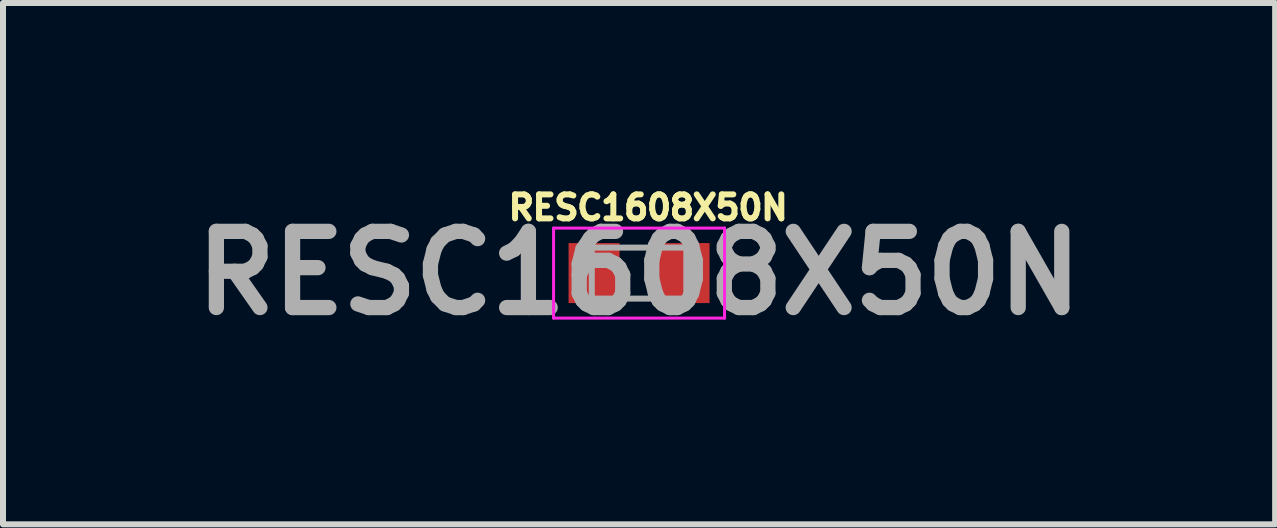
<source format=kicad_pcb>
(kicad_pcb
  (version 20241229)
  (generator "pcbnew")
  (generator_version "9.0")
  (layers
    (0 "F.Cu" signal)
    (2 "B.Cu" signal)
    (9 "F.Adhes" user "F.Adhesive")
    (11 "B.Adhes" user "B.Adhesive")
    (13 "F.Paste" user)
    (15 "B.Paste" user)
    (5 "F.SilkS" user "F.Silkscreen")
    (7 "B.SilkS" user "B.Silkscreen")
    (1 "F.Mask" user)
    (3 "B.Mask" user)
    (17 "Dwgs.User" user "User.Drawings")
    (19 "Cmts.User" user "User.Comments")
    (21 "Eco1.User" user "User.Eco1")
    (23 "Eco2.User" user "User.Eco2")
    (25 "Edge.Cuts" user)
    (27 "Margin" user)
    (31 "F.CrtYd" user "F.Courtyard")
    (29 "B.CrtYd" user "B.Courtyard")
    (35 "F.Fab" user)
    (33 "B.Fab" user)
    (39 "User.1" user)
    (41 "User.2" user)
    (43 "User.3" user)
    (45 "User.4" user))
  (footprint "RESC1608X50N"
    (layer "F.Cu")
    (at 7.602 1.502)
    (property "Reference" "RESC1608X50N" (at 0.152 -1.092 0) (layer "F.SilkS") (effects (font (size 0.4 0.4) (thickness 0.1))))
    (attr smd)
    (fp_line (start -1.425 -0.75) (end 1.425 -0.75) (stroke (width 0.05) (type solid)) (layer "F.CrtYd"))
    (fp_line (start -1.425 0.75) (end -1.425 -0.75) (stroke (width 0.05) (type solid)) (layer "F.CrtYd"))
    (fp_line (start 1.425 -0.75) (end 1.425 0.75) (stroke (width 0.05) (type solid)) (layer "F.CrtYd"))
    (fp_line (start 1.425 0.75) (end -1.425 0.75) (stroke (width 0.05) (type solid)) (layer "F.CrtYd"))
    (fp_line (start -0.788 -0.425) (end 0.788 -0.425) (stroke (width 0.1) (type solid)) (layer "F.Fab"))
    (fp_line (start -0.788 0.425) (end -0.788 -0.425) (stroke (width 0.1) (type solid)) (layer "F.Fab"))
    (fp_line (start 0.788 -0.425) (end 0.788 0.425) (stroke (width 0.1) (type solid)) (layer "F.Fab"))
    (fp_line (start 0.788 0.425) (end -0.788 0.425) (stroke (width 0.1) (type solid)) (layer "F.Fab"))
    (fp_text user "${REFERENCE}" (at 0 0 0) (layer "F.Fab") (effects (font (size 1.27 1.27) (thickness 0.254))))
    (pad "1" smd rect (at -0.75 0) (size 0.85 1) (layers "F.Cu" "F.Mask" "F.Paste"))
    (pad "2" smd rect (at 0.75 0) (size 0.85 1) (layers "F.Cu" "F.Mask" "F.Paste")))
  (gr_rect
    (start -3 -3)
    (end 18.204 5.69)
    (stroke (width 0.1) (type default))
    (fill no)
    (layer "Edge.Cuts")))
</source>
